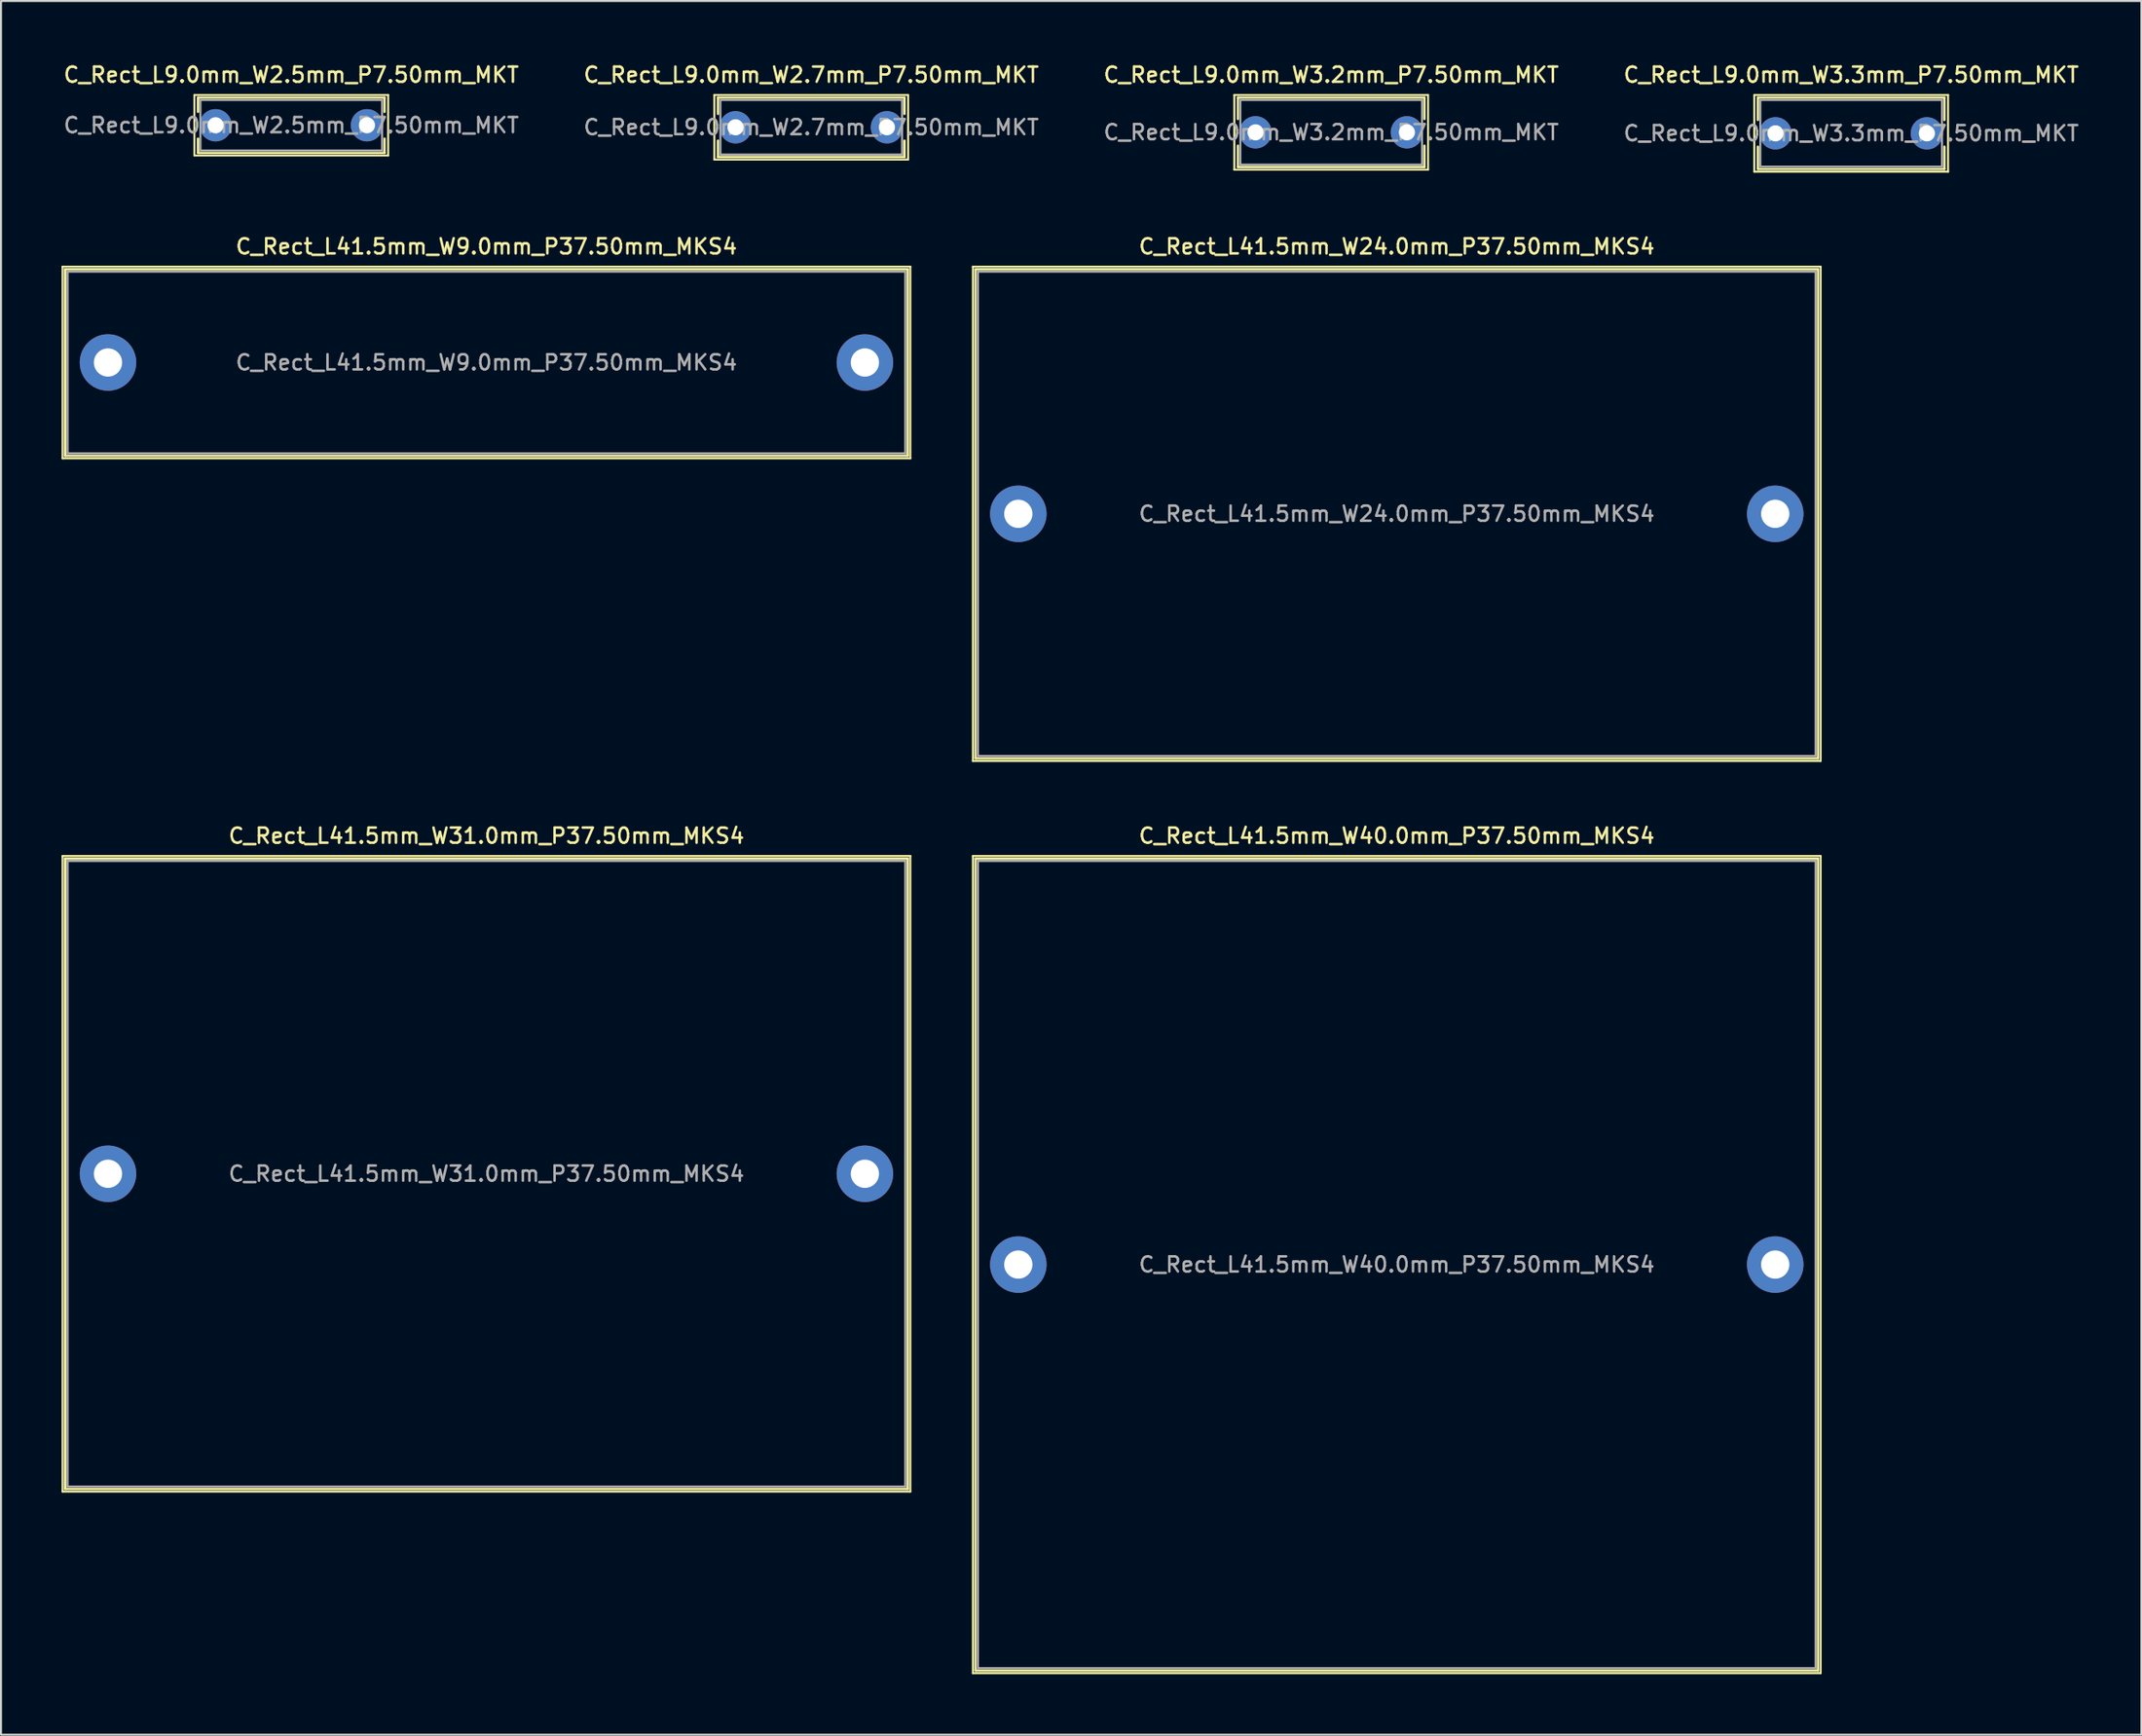
<source format=kicad_pcb>
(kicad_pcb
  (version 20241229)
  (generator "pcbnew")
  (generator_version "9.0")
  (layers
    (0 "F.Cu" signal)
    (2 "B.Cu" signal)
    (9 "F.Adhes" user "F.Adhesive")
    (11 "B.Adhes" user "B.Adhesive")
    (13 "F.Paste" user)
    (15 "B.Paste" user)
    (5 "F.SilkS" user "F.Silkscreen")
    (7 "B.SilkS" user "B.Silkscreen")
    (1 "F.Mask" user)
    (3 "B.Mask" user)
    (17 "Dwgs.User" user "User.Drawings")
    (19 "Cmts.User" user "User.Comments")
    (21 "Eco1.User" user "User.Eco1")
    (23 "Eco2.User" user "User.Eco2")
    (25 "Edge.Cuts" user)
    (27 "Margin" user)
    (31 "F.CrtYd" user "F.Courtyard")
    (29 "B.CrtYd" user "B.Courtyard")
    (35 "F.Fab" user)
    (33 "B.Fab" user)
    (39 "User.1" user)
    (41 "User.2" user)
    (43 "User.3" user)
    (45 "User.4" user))
  (footprint "C_Rect_L9.0mm_W2.5mm_P7.50mm_MKT"
    (layer "F.Cu")
    (at 7.63 3.158)
    (property "Reference" "C_Rect_L9.0mm_W2.5mm_P7.50mm_MKT" (at 3.75 -2.5 0) (layer "F.SilkS") (effects (font (size 0.75 0.75) (thickness 0.125))))
    (attr through_hole)
    (fp_line (start -1.05 -1.5) (end -1.05 1.5) (stroke (width 0.1) (type solid)) (layer "F.SilkS"))
    (fp_line (start -1.05 1.5) (end 8.55 1.5) (stroke (width 0.1) (type solid)) (layer "F.SilkS"))
    (fp_line (start -0.87 -1.37) (end -0.87 -0.665) (stroke (width 0.12) (type solid)) (layer "F.SilkS"))
    (fp_line (start -0.87 -1.37) (end 8.37 -1.37) (stroke (width 0.12) (type solid)) (layer "F.SilkS"))
    (fp_line (start -0.87 0.665) (end -0.87 1.37) (stroke (width 0.12) (type solid)) (layer "F.SilkS"))
    (fp_line (start -0.87 1.37) (end 8.37 1.37) (stroke (width 0.12) (type solid)) (layer "F.SilkS"))
    (fp_line (start 8.37 -1.37) (end 8.37 -0.665) (stroke (width 0.12) (type solid)) (layer "F.SilkS"))
    (fp_line (start 8.37 0.665) (end 8.37 1.37) (stroke (width 0.12) (type solid)) (layer "F.SilkS"))
    (fp_line (start 8.55 -1.5) (end -1.05 -1.5) (stroke (width 0.1) (type solid)) (layer "F.SilkS"))
    (fp_line (start 8.55 1.5) (end 8.55 -1.5) (stroke (width 0.1) (type solid)) (layer "F.SilkS"))
    (fp_line (start -0.75 -1.25) (end -0.75 1.25) (stroke (width 0.1) (type solid)) (layer "F.Fab"))
    (fp_line (start -0.75 1.25) (end 8.25 1.25) (stroke (width 0.1) (type solid)) (layer "F.Fab"))
    (fp_line (start 8.25 -1.25) (end -0.75 -1.25) (stroke (width 0.1) (type solid)) (layer "F.Fab"))
    (fp_line (start 8.25 1.25) (end 8.25 -1.25) (stroke (width 0.1) (type solid)) (layer "F.Fab"))
    (fp_text user "${REFERENCE}" (at 3.75 0 0) (layer "F.Fab") (effects (font (size 0.75 0.75) (thickness 0.125))))
    (pad "1" thru_hole circle (at 0 0) (size 1.6 1.6) (drill 0.8) (layers "*.Cu" "*.Mask"))
    (pad "2" thru_hole circle (at 7.5 0) (size 1.6 1.6) (drill 0.8) (layers "*.Cu" "*.Mask")))
  (footprint "C_Rect_L41.5mm_W24.0mm_P37.50mm_MKS4"
    (layer "F.Cu")
    (at 47.4 22.416)
    (property "Reference" "C_Rect_L41.5mm_W24.0mm_P37.50mm_MKS4" (at 18.75 -13.25 0) (layer "F.SilkS") (effects (font (size 0.75 0.75) (thickness 0.125))))
    (attr through_hole)
    (fp_line (start -2.25 -12.25) (end -2.25 12.25) (stroke (width 0.1) (type solid)) (layer "F.SilkS"))
    (fp_line (start -2.25 12.25) (end 39.75 12.25) (stroke (width 0.1) (type solid)) (layer "F.SilkS"))
    (fp_line (start -2.12 -12.12) (end -2.12 12.12) (stroke (width 0.12) (type solid)) (layer "F.SilkS"))
    (fp_line (start -2.12 -12.12) (end 39.62 -12.12) (stroke (width 0.12) (type solid)) (layer "F.SilkS"))
    (fp_line (start -2.12 12.12) (end 39.62 12.12) (stroke (width 0.12) (type solid)) (layer "F.SilkS"))
    (fp_line (start 39.62 -12.12) (end 39.62 12.12) (stroke (width 0.12) (type solid)) (layer "F.SilkS"))
    (fp_line (start 39.75 -12.25) (end -2.25 -12.25) (stroke (width 0.1) (type solid)) (layer "F.SilkS"))
    (fp_line (start 39.75 12.25) (end 39.75 -12.25) (stroke (width 0.1) (type solid)) (layer "F.SilkS"))
    (fp_line (start -2 -12) (end -2 12) (stroke (width 0.1) (type solid)) (layer "F.Fab"))
    (fp_line (start -2 12) (end 39.5 12) (stroke (width 0.1) (type solid)) (layer "F.Fab"))
    (fp_line (start 39.5 -12) (end -2 -12) (stroke (width 0.1) (type solid)) (layer "F.Fab"))
    (fp_line (start 39.5 12) (end 39.5 -12) (stroke (width 0.1) (type solid)) (layer "F.Fab"))
    (fp_text user "${REFERENCE}" (at 18.75 0 0) (layer "F.Fab") (effects (font (size 0.75 0.75) (thickness 0.125))))
    (pad "1" thru_hole circle (at 0 0) (size 2.8 2.8) (drill 1.4) (layers "*.Cu" "*.Mask"))
    (pad "2" thru_hole circle (at 37.5 0) (size 2.8 2.8) (drill 1.4) (layers "*.Cu" "*.Mask")))
  (footprint "C_Rect_L9.0mm_W2.7mm_P7.50mm_MKT"
    (layer "F.Cu")
    (at 33.391 3.258)
    (property "Reference" "C_Rect_L9.0mm_W2.7mm_P7.50mm_MKT" (at 3.75 -2.6 0) (layer "F.SilkS") (effects (font (size 0.75 0.75) (thickness 0.125))))
    (attr through_hole)
    (fp_line (start -1.05 -1.6) (end -1.05 1.6) (stroke (width 0.1) (type solid)) (layer "F.SilkS"))
    (fp_line (start -1.05 1.6) (end 8.55 1.6) (stroke (width 0.1) (type solid)) (layer "F.SilkS"))
    (fp_line (start -0.87 -1.471) (end -0.87 -0.665) (stroke (width 0.12) (type solid)) (layer "F.SilkS"))
    (fp_line (start -0.87 -1.471) (end 8.37 -1.471) (stroke (width 0.12) (type solid)) (layer "F.SilkS"))
    (fp_line (start -0.87 0.665) (end -0.87 1.471) (stroke (width 0.12) (type solid)) (layer "F.SilkS"))
    (fp_line (start -0.87 1.471) (end 8.37 1.471) (stroke (width 0.12) (type solid)) (layer "F.SilkS"))
    (fp_line (start 8.37 -1.471) (end 8.37 -0.665) (stroke (width 0.12) (type solid)) (layer "F.SilkS"))
    (fp_line (start 8.37 0.665) (end 8.37 1.471) (stroke (width 0.12) (type solid)) (layer "F.SilkS"))
    (fp_line (start 8.55 -1.6) (end -1.05 -1.6) (stroke (width 0.1) (type solid)) (layer "F.SilkS"))
    (fp_line (start 8.55 1.6) (end 8.55 -1.6) (stroke (width 0.1) (type solid)) (layer "F.SilkS"))
    (fp_line (start -0.75 -1.35) (end -0.75 1.35) (stroke (width 0.1) (type solid)) (layer "F.Fab"))
    (fp_line (start -0.75 1.35) (end 8.25 1.35) (stroke (width 0.1) (type solid)) (layer "F.Fab"))
    (fp_line (start 8.25 -1.35) (end -0.75 -1.35) (stroke (width 0.1) (type solid)) (layer "F.Fab"))
    (fp_line (start 8.25 1.35) (end 8.25 -1.35) (stroke (width 0.1) (type solid)) (layer "F.Fab"))
    (fp_text user "${REFERENCE}" (at 3.75 0 0) (layer "F.Fab") (effects (font (size 0.75 0.75) (thickness 0.125))))
    (pad "1" thru_hole circle (at 0 0) (size 1.6 1.6) (drill 0.8) (layers "*.Cu" "*.Mask"))
    (pad "2" thru_hole circle (at 7.5 0) (size 1.6 1.6) (drill 0.8) (layers "*.Cu" "*.Mask")))
  (footprint "C_Rect_L41.5mm_W9.0mm_P37.50mm_MKS4"
    (layer "F.Cu")
    (at 2.3 14.916)
    (property "Reference" "C_Rect_L41.5mm_W9.0mm_P37.50mm_MKS4" (at 18.75 -5.75 0) (layer "F.SilkS") (effects (font (size 0.75 0.75) (thickness 0.125))))
    (attr through_hole)
    (fp_line (start -2.25 -4.75) (end -2.25 4.75) (stroke (width 0.1) (type solid)) (layer "F.SilkS"))
    (fp_line (start -2.25 4.75) (end 39.75 4.75) (stroke (width 0.1) (type solid)) (layer "F.SilkS"))
    (fp_line (start -2.12 -4.62) (end -2.12 4.62) (stroke (width 0.12) (type solid)) (layer "F.SilkS"))
    (fp_line (start -2.12 -4.62) (end 39.62 -4.62) (stroke (width 0.12) (type solid)) (layer "F.SilkS"))
    (fp_line (start -2.12 4.62) (end 39.62 4.62) (stroke (width 0.12) (type solid)) (layer "F.SilkS"))
    (fp_line (start 39.62 -4.62) (end 39.62 4.62) (stroke (width 0.12) (type solid)) (layer "F.SilkS"))
    (fp_line (start 39.75 -4.75) (end -2.25 -4.75) (stroke (width 0.1) (type solid)) (layer "F.SilkS"))
    (fp_line (start 39.75 4.75) (end 39.75 -4.75) (stroke (width 0.1) (type solid)) (layer "F.SilkS"))
    (fp_line (start -2 -4.5) (end -2 4.5) (stroke (width 0.1) (type solid)) (layer "F.Fab"))
    (fp_line (start -2 4.5) (end 39.5 4.5) (stroke (width 0.1) (type solid)) (layer "F.Fab"))
    (fp_line (start 39.5 -4.5) (end -2 -4.5) (stroke (width 0.1) (type solid)) (layer "F.Fab"))
    (fp_line (start 39.5 4.5) (end 39.5 -4.5) (stroke (width 0.1) (type solid)) (layer "F.Fab"))
    (fp_text user "${REFERENCE}" (at 18.75 0 0) (layer "F.Fab") (effects (font (size 0.75 0.75) (thickness 0.125))))
    (pad "1" thru_hole circle (at 0 0) (size 2.8 2.8) (drill 1.4) (layers "*.Cu" "*.Mask"))
    (pad "2" thru_hole circle (at 37.5 0) (size 2.8 2.8) (drill 1.4) (layers "*.Cu" "*.Mask")))
  (footprint "C_Rect_L9.0mm_W3.3mm_P7.50mm_MKT"
    (layer "F.Cu")
    (at 84.913 3.558)
    (property "Reference" "C_Rect_L9.0mm_W3.3mm_P7.50mm_MKT" (at 3.75 -2.9 0) (layer "F.SilkS") (effects (font (size 0.75 0.75) (thickness 0.125))))
    (attr through_hole)
    (fp_line (start -1.05 -1.9) (end -1.05 1.9) (stroke (width 0.1) (type solid)) (layer "F.SilkS"))
    (fp_line (start -1.05 1.9) (end 8.55 1.9) (stroke (width 0.1) (type solid)) (layer "F.SilkS"))
    (fp_line (start -0.87 -1.77) (end -0.87 -0.665) (stroke (width 0.12) (type solid)) (layer "F.SilkS"))
    (fp_line (start -0.87 -1.77) (end 8.37 -1.77) (stroke (width 0.12) (type solid)) (layer "F.SilkS"))
    (fp_line (start -0.87 0.665) (end -0.87 1.77) (stroke (width 0.12) (type solid)) (layer "F.SilkS"))
    (fp_line (start -0.87 1.77) (end 8.37 1.77) (stroke (width 0.12) (type solid)) (layer "F.SilkS"))
    (fp_line (start 8.37 -1.77) (end 8.37 -0.665) (stroke (width 0.12) (type solid)) (layer "F.SilkS"))
    (fp_line (start 8.37 0.665) (end 8.37 1.77) (stroke (width 0.12) (type solid)) (layer "F.SilkS"))
    (fp_line (start 8.55 -1.9) (end -1.05 -1.9) (stroke (width 0.1) (type solid)) (layer "F.SilkS"))
    (fp_line (start 8.55 1.9) (end 8.55 -1.9) (stroke (width 0.1) (type solid)) (layer "F.SilkS"))
    (fp_line (start -0.75 -1.65) (end -0.75 1.65) (stroke (width 0.1) (type solid)) (layer "F.Fab"))
    (fp_line (start -0.75 1.65) (end 8.25 1.65) (stroke (width 0.1) (type solid)) (layer "F.Fab"))
    (fp_line (start 8.25 -1.65) (end -0.75 -1.65) (stroke (width 0.1) (type solid)) (layer "F.Fab"))
    (fp_line (start 8.25 1.65) (end 8.25 -1.65) (stroke (width 0.1) (type solid)) (layer "F.Fab"))
    (fp_text user "${REFERENCE}" (at 3.75 0 0) (layer "F.Fab") (effects (font (size 0.75 0.75) (thickness 0.125))))
    (pad "1" thru_hole circle (at 0 0) (size 1.6 1.6) (drill 0.8) (layers "*.Cu" "*.Mask"))
    (pad "2" thru_hole circle (at 7.5 0) (size 1.6 1.6) (drill 0.8) (layers "*.Cu" "*.Mask")))
  (footprint "C_Rect_L41.5mm_W40.0mm_P37.50mm_MKS4"
    (layer "F.Cu")
    (at 47.4 59.624)
    (property "Reference" "C_Rect_L41.5mm_W40.0mm_P37.50mm_MKS4" (at 18.75 -21.25 0) (layer "F.SilkS") (effects (font (size 0.75 0.75) (thickness 0.125))))
    (attr through_hole)
    (fp_line (start -2.25 -20.25) (end -2.25 20.25) (stroke (width 0.1) (type solid)) (layer "F.SilkS"))
    (fp_line (start -2.25 20.25) (end 39.75 20.25) (stroke (width 0.1) (type solid)) (layer "F.SilkS"))
    (fp_line (start -2.12 -20.12) (end -2.12 20.12) (stroke (width 0.12) (type solid)) (layer "F.SilkS"))
    (fp_line (start -2.12 -20.12) (end 39.62 -20.12) (stroke (width 0.12) (type solid)) (layer "F.SilkS"))
    (fp_line (start -2.12 20.12) (end 39.62 20.12) (stroke (width 0.12) (type solid)) (layer "F.SilkS"))
    (fp_line (start 39.62 -20.12) (end 39.62 20.12) (stroke (width 0.12) (type solid)) (layer "F.SilkS"))
    (fp_line (start 39.75 -20.25) (end -2.25 -20.25) (stroke (width 0.1) (type solid)) (layer "F.SilkS"))
    (fp_line (start 39.75 20.25) (end 39.75 -20.25) (stroke (width 0.1) (type solid)) (layer "F.SilkS"))
    (fp_line (start -2 -20) (end -2 20) (stroke (width 0.1) (type solid)) (layer "F.Fab"))
    (fp_line (start -2 20) (end 39.5 20) (stroke (width 0.1) (type solid)) (layer "F.Fab"))
    (fp_line (start 39.5 -20) (end -2 -20) (stroke (width 0.1) (type solid)) (layer "F.Fab"))
    (fp_line (start 39.5 20) (end 39.5 -20) (stroke (width 0.1) (type solid)) (layer "F.Fab"))
    (fp_text user "${REFERENCE}" (at 18.75 0 0) (layer "F.Fab") (effects (font (size 0.75 0.75) (thickness 0.125))))
    (pad "1" thru_hole circle (at 0 0) (size 2.8 2.8) (drill 1.4) (layers "*.Cu" "*.Mask"))
    (pad "2" thru_hole circle (at 37.5 0) (size 2.8 2.8) (drill 1.4) (layers "*.Cu" "*.Mask")))
  (footprint "C_Rect_L9.0mm_W3.2mm_P7.50mm_MKT"
    (layer "F.Cu")
    (at 59.152 3.508)
    (property "Reference" "C_Rect_L9.0mm_W3.2mm_P7.50mm_MKT" (at 3.75 -2.85 0) (layer "F.SilkS") (effects (font (size 0.75 0.75) (thickness 0.125))))
    (attr through_hole)
    (fp_line (start -1.05 -1.85) (end -1.05 1.85) (stroke (width 0.1) (type solid)) (layer "F.SilkS"))
    (fp_line (start -1.05 1.85) (end 8.55 1.85) (stroke (width 0.1) (type solid)) (layer "F.SilkS"))
    (fp_line (start -0.87 -1.721) (end -0.87 -0.665) (stroke (width 0.12) (type solid)) (layer "F.SilkS"))
    (fp_line (start -0.87 -1.721) (end 8.37 -1.721) (stroke (width 0.12) (type solid)) (layer "F.SilkS"))
    (fp_line (start -0.87 0.665) (end -0.87 1.721) (stroke (width 0.12) (type solid)) (layer "F.SilkS"))
    (fp_line (start -0.87 1.721) (end 8.37 1.721) (stroke (width 0.12) (type solid)) (layer "F.SilkS"))
    (fp_line (start 8.37 -1.721) (end 8.37 -0.665) (stroke (width 0.12) (type solid)) (layer "F.SilkS"))
    (fp_line (start 8.37 0.665) (end 8.37 1.721) (stroke (width 0.12) (type solid)) (layer "F.SilkS"))
    (fp_line (start 8.55 -1.85) (end -1.05 -1.85) (stroke (width 0.1) (type solid)) (layer "F.SilkS"))
    (fp_line (start 8.55 1.85) (end 8.55 -1.85) (stroke (width 0.1) (type solid)) (layer "F.SilkS"))
    (fp_line (start -0.75 -1.6) (end -0.75 1.6) (stroke (width 0.1) (type solid)) (layer "F.Fab"))
    (fp_line (start -0.75 1.6) (end 8.25 1.6) (stroke (width 0.1) (type solid)) (layer "F.Fab"))
    (fp_line (start 8.25 -1.6) (end -0.75 -1.6) (stroke (width 0.1) (type solid)) (layer "F.Fab"))
    (fp_line (start 8.25 1.6) (end 8.25 -1.6) (stroke (width 0.1) (type solid)) (layer "F.Fab"))
    (fp_text user "${REFERENCE}" (at 3.75 0 0) (layer "F.Fab") (effects (font (size 0.75 0.75) (thickness 0.125))))
    (pad "1" thru_hole circle (at 0 0) (size 1.6 1.6) (drill 0.8) (layers "*.Cu" "*.Mask"))
    (pad "2" thru_hole circle (at 7.5 0) (size 1.6 1.6) (drill 0.8) (layers "*.Cu" "*.Mask")))
  (footprint "C_Rect_L41.5mm_W31.0mm_P37.50mm_MKS4"
    (layer "F.Cu")
    (at 2.3 55.124)
    (property "Reference" "C_Rect_L41.5mm_W31.0mm_P37.50mm_MKS4" (at 18.75 -16.75 0) (layer "F.SilkS") (effects (font (size 0.75 0.75) (thickness 0.125))))
    (attr through_hole)
    (fp_line (start -2.25 -15.75) (end -2.25 15.75) (stroke (width 0.1) (type solid)) (layer "F.SilkS"))
    (fp_line (start -2.25 15.75) (end 39.75 15.75) (stroke (width 0.1) (type solid)) (layer "F.SilkS"))
    (fp_line (start -2.12 -15.62) (end -2.12 15.62) (stroke (width 0.12) (type solid)) (layer "F.SilkS"))
    (fp_line (start -2.12 -15.62) (end 39.62 -15.62) (stroke (width 0.12) (type solid)) (layer "F.SilkS"))
    (fp_line (start -2.12 15.62) (end 39.62 15.62) (stroke (width 0.12) (type solid)) (layer "F.SilkS"))
    (fp_line (start 39.62 -15.62) (end 39.62 15.62) (stroke (width 0.12) (type solid)) (layer "F.SilkS"))
    (fp_line (start 39.75 -15.75) (end -2.25 -15.75) (stroke (width 0.1) (type solid)) (layer "F.SilkS"))
    (fp_line (start 39.75 15.75) (end 39.75 -15.75) (stroke (width 0.1) (type solid)) (layer "F.SilkS"))
    (fp_line (start -2 -15.5) (end -2 15.5) (stroke (width 0.1) (type solid)) (layer "F.Fab"))
    (fp_line (start -2 15.5) (end 39.5 15.5) (stroke (width 0.1) (type solid)) (layer "F.Fab"))
    (fp_line (start 39.5 -15.5) (end -2 -15.5) (stroke (width 0.1) (type solid)) (layer "F.Fab"))
    (fp_line (start 39.5 15.5) (end 39.5 -15.5) (stroke (width 0.1) (type solid)) (layer "F.Fab"))
    (fp_text user "${REFERENCE}" (at 18.75 0 0) (layer "F.Fab") (effects (font (size 0.75 0.75) (thickness 0.125))))
    (pad "1" thru_hole circle (at 0 0) (size 2.8 2.8) (drill 1.4) (layers "*.Cu" "*.Mask"))
    (pad "2" thru_hole circle (at 37.5 0) (size 2.8 2.8) (drill 1.4) (layers "*.Cu" "*.Mask")))
  (gr_rect
    (start -3 -3)
    (end 103.043 82.924)
    (stroke (width 0.1) (type default))
    (fill no)
    (layer "Edge.Cuts")))
</source>
